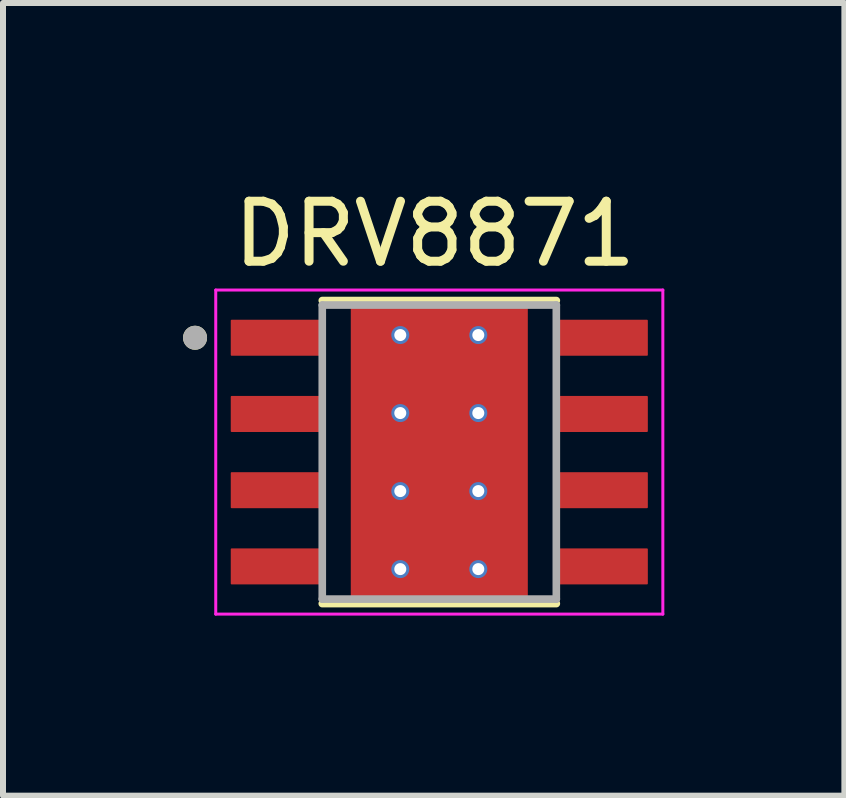
<source format=kicad_pcb>
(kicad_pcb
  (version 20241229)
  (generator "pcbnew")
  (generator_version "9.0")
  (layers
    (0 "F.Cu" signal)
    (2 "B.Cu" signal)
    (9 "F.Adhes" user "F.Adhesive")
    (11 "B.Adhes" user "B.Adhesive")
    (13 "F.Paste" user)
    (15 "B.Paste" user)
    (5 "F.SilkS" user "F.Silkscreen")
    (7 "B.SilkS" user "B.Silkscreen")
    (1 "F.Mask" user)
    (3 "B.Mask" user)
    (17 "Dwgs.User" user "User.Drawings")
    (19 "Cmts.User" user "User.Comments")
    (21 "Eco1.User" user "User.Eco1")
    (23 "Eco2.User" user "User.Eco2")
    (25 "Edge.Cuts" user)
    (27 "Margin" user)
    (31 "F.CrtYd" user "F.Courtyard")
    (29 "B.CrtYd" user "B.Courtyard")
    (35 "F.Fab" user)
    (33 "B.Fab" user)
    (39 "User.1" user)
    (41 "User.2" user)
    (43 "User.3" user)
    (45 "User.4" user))
  (footprint "DRV8871"
    (layer "F.Cu")
    (at 4.27 4.483)
    (property "Reference" "DRV8871" (at -0.075 -3.635 0) (layer "F.SilkS") (effects (font (size 1 1) (thickness 0.15))))
    (attr smd)
    (fp_poly (pts (xy -1.355 -1.7) (xy 1.355 -1.7) (xy 1.355 1.7) (xy -1.355 1.7)) (stroke (width 0.01) (type solid)) (fill yes) (layer "F.Mask"))
    (fp_poly (pts (xy -1.905 -1.535) (xy -3.495 -1.535) (xy -3.498 -1.535) (xy -3.5 -1.535) (xy -3.503 -1.536) (xy -3.505 -1.536) (xy -3.508 -1.537) (xy -3.51 -1.537) (xy -3.513 -1.538) (xy -3.515 -1.539) (xy -3.518 -1.54) (xy -3.52 -1.542) (xy -3.522 -1.543) (xy -3.524 -1.545) (xy -3.526 -1.546) (xy -3.528 -1.548) (xy -3.53 -1.55) (xy -3.532 -1.552) (xy -3.534 -1.554) (xy -3.535 -1.556) (xy -3.537 -1.558) (xy -3.538 -1.56) (xy -3.54 -1.562) (xy -3.541 -1.565) (xy -3.542 -1.567) (xy -3.543 -1.57) (xy -3.543 -1.572) (xy -3.544 -1.575) (xy -3.544 -1.577) (xy -3.545 -1.58) (xy -3.545 -1.582) (xy -3.545 -1.585) (xy -3.545 -2.225) (xy -3.545 -2.228) (xy -3.545 -2.23) (xy -3.544 -2.233) (xy -3.544 -2.235) (xy -3.543 -2.238) (xy -3.543 -2.24) (xy -3.542 -2.243) (xy -3.541 -2.245) (xy -3.54 -2.248) (xy -3.538 -2.25) (xy -3.537 -2.252) (xy -3.535 -2.254) (xy -3.534 -2.256) (xy -3.532 -2.258) (xy -3.53 -2.26) (xy -3.528 -2.262) (xy -3.526 -2.264) (xy -3.524 -2.265) (xy -3.522 -2.267) (xy -3.52 -2.268) (xy -3.518 -2.27) (xy -3.515 -2.271) (xy -3.513 -2.272) (xy -3.51 -2.273) (xy -3.508 -2.273) (xy -3.505 -2.274) (xy -3.503 -2.274) (xy -3.5 -2.275) (xy -3.498 -2.275) (xy -3.495 -2.275) (xy -1.905 -2.275) (xy -1.902 -2.275) (xy -1.9 -2.275) (xy -1.897 -2.274) (xy -1.895 -2.274) (xy -1.892 -2.273) (xy -1.89 -2.273) (xy -1.887 -2.272) (xy -1.885 -2.271) (xy -1.882 -2.27) (xy -1.88 -2.268) (xy -1.878 -2.267) (xy -1.876 -2.265) (xy -1.874 -2.264) (xy -1.872 -2.262) (xy -1.87 -2.26) (xy -1.868 -2.258) (xy -1.866 -2.256) (xy -1.865 -2.254) (xy -1.863 -2.252) (xy -1.862 -2.25) (xy -1.86 -2.248) (xy -1.859 -2.245) (xy -1.858 -2.243) (xy -1.857 -2.24) (xy -1.857 -2.238) (xy -1.856 -2.235) (xy -1.856 -2.233) (xy -1.855 -2.23) (xy -1.855 -2.228) (xy -1.855 -2.225) (xy -1.855 -1.585) (xy -1.855 -1.582) (xy -1.855 -1.58) (xy -1.856 -1.577) (xy -1.856 -1.575) (xy -1.857 -1.572) (xy -1.857 -1.57) (xy -1.858 -1.567) (xy -1.859 -1.565) (xy -1.86 -1.562) (xy -1.862 -1.56) (xy -1.863 -1.558) (xy -1.865 -1.556) (xy -1.866 -1.554) (xy -1.868 -1.552) (xy -1.87 -1.55) (xy -1.872 -1.548) (xy -1.874 -1.546) (xy -1.876 -1.545) (xy -1.878 -1.543) (xy -1.88 -1.542) (xy -1.882 -1.54) (xy -1.885 -1.539) (xy -1.887 -1.538) (xy -1.89 -1.537) (xy -1.892 -1.537) (xy -1.895 -1.536) (xy -1.897 -1.536) (xy -1.9 -1.535) (xy -1.902 -1.535) (xy -1.905 -1.535)) (stroke (width 0.01) (type solid)) (fill yes) (layer "F.Mask"))
    (fp_poly (pts (xy -1.905 -0.265) (xy -3.495 -0.265) (xy -3.498 -0.265) (xy -3.5 -0.265) (xy -3.503 -0.266) (xy -3.505 -0.266) (xy -3.508 -0.267) (xy -3.51 -0.267) (xy -3.513 -0.268) (xy -3.515 -0.269) (xy -3.518 -0.27) (xy -3.52 -0.272) (xy -3.522 -0.273) (xy -3.524 -0.275) (xy -3.526 -0.276) (xy -3.528 -0.278) (xy -3.53 -0.28) (xy -3.532 -0.282) (xy -3.534 -0.284) (xy -3.535 -0.286) (xy -3.537 -0.288) (xy -3.538 -0.29) (xy -3.54 -0.292) (xy -3.541 -0.295) (xy -3.542 -0.297) (xy -3.543 -0.3) (xy -3.543 -0.302) (xy -3.544 -0.305) (xy -3.544 -0.307) (xy -3.545 -0.31) (xy -3.545 -0.312) (xy -3.545 -0.315) (xy -3.545 -0.955) (xy -3.545 -0.958) (xy -3.545 -0.96) (xy -3.544 -0.963) (xy -3.544 -0.965) (xy -3.543 -0.968) (xy -3.543 -0.97) (xy -3.542 -0.973) (xy -3.541 -0.975) (xy -3.54 -0.978) (xy -3.538 -0.98) (xy -3.537 -0.982) (xy -3.535 -0.984) (xy -3.534 -0.986) (xy -3.532 -0.988) (xy -3.53 -0.99) (xy -3.528 -0.992) (xy -3.526 -0.994) (xy -3.524 -0.995) (xy -3.522 -0.997) (xy -3.52 -0.998) (xy -3.518 -1) (xy -3.515 -1.001) (xy -3.513 -1.002) (xy -3.51 -1.003) (xy -3.508 -1.003) (xy -3.505 -1.004) (xy -3.503 -1.004) (xy -3.5 -1.005) (xy -3.498 -1.005) (xy -3.495 -1.005) (xy -1.905 -1.005) (xy -1.902 -1.005) (xy -1.9 -1.005) (xy -1.897 -1.004) (xy -1.895 -1.004) (xy -1.892 -1.003) (xy -1.89 -1.003) (xy -1.887 -1.002) (xy -1.885 -1.001) (xy -1.882 -1) (xy -1.88 -0.998) (xy -1.878 -0.997) (xy -1.876 -0.995) (xy -1.874 -0.994) (xy -1.872 -0.992) (xy -1.87 -0.99) (xy -1.868 -0.988) (xy -1.866 -0.986) (xy -1.865 -0.984) (xy -1.863 -0.982) (xy -1.862 -0.98) (xy -1.86 -0.978) (xy -1.859 -0.975) (xy -1.858 -0.973) (xy -1.857 -0.97) (xy -1.857 -0.968) (xy -1.856 -0.965) (xy -1.856 -0.963) (xy -1.855 -0.96) (xy -1.855 -0.958) (xy -1.855 -0.955) (xy -1.855 -0.315) (xy -1.855 -0.312) (xy -1.855 -0.31) (xy -1.856 -0.307) (xy -1.856 -0.305) (xy -1.857 -0.302) (xy -1.857 -0.3) (xy -1.858 -0.297) (xy -1.859 -0.295) (xy -1.86 -0.292) (xy -1.862 -0.29) (xy -1.863 -0.288) (xy -1.865 -0.286) (xy -1.866 -0.284) (xy -1.868 -0.282) (xy -1.87 -0.28) (xy -1.872 -0.278) (xy -1.874 -0.276) (xy -1.876 -0.275) (xy -1.878 -0.273) (xy -1.88 -0.272) (xy -1.882 -0.27) (xy -1.885 -0.269) (xy -1.887 -0.268) (xy -1.89 -0.267) (xy -1.892 -0.267) (xy -1.895 -0.266) (xy -1.897 -0.266) (xy -1.9 -0.265) (xy -1.902 -0.265) (xy -1.905 -0.265)) (stroke (width 0.01) (type solid)) (fill yes) (layer "F.Mask"))
    (fp_poly (pts (xy -1.905 1.005) (xy -3.495 1.005) (xy -3.498 1.005) (xy -3.5 1.005) (xy -3.503 1.004) (xy -3.505 1.004) (xy -3.508 1.003) (xy -3.51 1.003) (xy -3.513 1.002) (xy -3.515 1.001) (xy -3.518 1) (xy -3.52 0.998) (xy -3.522 0.997) (xy -3.524 0.995) (xy -3.526 0.994) (xy -3.528 0.992) (xy -3.53 0.99) (xy -3.532 0.988) (xy -3.534 0.986) (xy -3.535 0.984) (xy -3.537 0.982) (xy -3.538 0.98) (xy -3.54 0.978) (xy -3.541 0.975) (xy -3.542 0.973) (xy -3.543 0.97) (xy -3.543 0.968) (xy -3.544 0.965) (xy -3.544 0.963) (xy -3.545 0.96) (xy -3.545 0.958) (xy -3.545 0.955) (xy -3.545 0.315) (xy -3.545 0.312) (xy -3.545 0.31) (xy -3.544 0.307) (xy -3.544 0.305) (xy -3.543 0.302) (xy -3.543 0.3) (xy -3.542 0.297) (xy -3.541 0.295) (xy -3.54 0.292) (xy -3.538 0.29) (xy -3.537 0.288) (xy -3.535 0.286) (xy -3.534 0.284) (xy -3.532 0.282) (xy -3.53 0.28) (xy -3.528 0.278) (xy -3.526 0.276) (xy -3.524 0.275) (xy -3.522 0.273) (xy -3.52 0.272) (xy -3.518 0.27) (xy -3.515 0.269) (xy -3.513 0.268) (xy -3.51 0.267) (xy -3.508 0.267) (xy -3.505 0.266) (xy -3.503 0.266) (xy -3.5 0.265) (xy -3.498 0.265) (xy -3.495 0.265) (xy -1.905 0.265) (xy -1.902 0.265) (xy -1.9 0.265) (xy -1.897 0.266) (xy -1.895 0.266) (xy -1.892 0.267) (xy -1.89 0.267) (xy -1.887 0.268) (xy -1.885 0.269) (xy -1.882 0.27) (xy -1.88 0.272) (xy -1.878 0.273) (xy -1.876 0.275) (xy -1.874 0.276) (xy -1.872 0.278) (xy -1.87 0.28) (xy -1.868 0.282) (xy -1.866 0.284) (xy -1.865 0.286) (xy -1.863 0.288) (xy -1.862 0.29) (xy -1.86 0.292) (xy -1.859 0.295) (xy -1.858 0.297) (xy -1.857 0.3) (xy -1.857 0.302) (xy -1.856 0.305) (xy -1.856 0.307) (xy -1.855 0.31) (xy -1.855 0.312) (xy -1.855 0.315) (xy -1.855 0.955) (xy -1.855 0.958) (xy -1.855 0.96) (xy -1.856 0.963) (xy -1.856 0.965) (xy -1.857 0.968) (xy -1.857 0.97) (xy -1.858 0.973) (xy -1.859 0.975) (xy -1.86 0.978) (xy -1.862 0.98) (xy -1.863 0.982) (xy -1.865 0.984) (xy -1.866 0.986) (xy -1.868 0.988) (xy -1.87 0.99) (xy -1.872 0.992) (xy -1.874 0.994) (xy -1.876 0.995) (xy -1.878 0.997) (xy -1.88 0.998) (xy -1.882 1) (xy -1.885 1.001) (xy -1.887 1.002) (xy -1.89 1.003) (xy -1.892 1.003) (xy -1.895 1.004) (xy -1.897 1.004) (xy -1.9 1.005) (xy -1.902 1.005) (xy -1.905 1.005)) (stroke (width 0.01) (type solid)) (fill yes) (layer "F.Mask"))
    (fp_poly (pts (xy -1.905 2.275) (xy -3.495 2.275) (xy -3.498 2.275) (xy -3.5 2.275) (xy -3.503 2.274) (xy -3.505 2.274) (xy -3.508 2.273) (xy -3.51 2.273) (xy -3.513 2.272) (xy -3.515 2.271) (xy -3.518 2.27) (xy -3.52 2.268) (xy -3.522 2.267) (xy -3.524 2.265) (xy -3.526 2.264) (xy -3.528 2.262) (xy -3.53 2.26) (xy -3.532 2.258) (xy -3.534 2.256) (xy -3.535 2.254) (xy -3.537 2.252) (xy -3.538 2.25) (xy -3.54 2.248) (xy -3.541 2.245) (xy -3.542 2.243) (xy -3.543 2.24) (xy -3.543 2.238) (xy -3.544 2.235) (xy -3.544 2.233) (xy -3.545 2.23) (xy -3.545 2.228) (xy -3.545 2.225) (xy -3.545 1.585) (xy -3.545 1.582) (xy -3.545 1.58) (xy -3.544 1.577) (xy -3.544 1.575) (xy -3.543 1.572) (xy -3.543 1.57) (xy -3.542 1.567) (xy -3.541 1.565) (xy -3.54 1.562) (xy -3.538 1.56) (xy -3.537 1.558) (xy -3.535 1.556) (xy -3.534 1.554) (xy -3.532 1.552) (xy -3.53 1.55) (xy -3.528 1.548) (xy -3.526 1.546) (xy -3.524 1.545) (xy -3.522 1.543) (xy -3.52 1.542) (xy -3.518 1.54) (xy -3.515 1.539) (xy -3.513 1.538) (xy -3.51 1.537) (xy -3.508 1.537) (xy -3.505 1.536) (xy -3.503 1.536) (xy -3.5 1.535) (xy -3.498 1.535) (xy -3.495 1.535) (xy -1.905 1.535) (xy -1.902 1.535) (xy -1.9 1.535) (xy -1.897 1.536) (xy -1.895 1.536) (xy -1.892 1.537) (xy -1.89 1.537) (xy -1.887 1.538) (xy -1.885 1.539) (xy -1.882 1.54) (xy -1.88 1.542) (xy -1.878 1.543) (xy -1.876 1.545) (xy -1.874 1.546) (xy -1.872 1.548) (xy -1.87 1.55) (xy -1.868 1.552) (xy -1.866 1.554) (xy -1.865 1.556) (xy -1.863 1.558) (xy -1.862 1.56) (xy -1.86 1.562) (xy -1.859 1.565) (xy -1.858 1.567) (xy -1.857 1.57) (xy -1.857 1.572) (xy -1.856 1.575) (xy -1.856 1.577) (xy -1.855 1.58) (xy -1.855 1.582) (xy -1.855 1.585) (xy -1.855 2.225) (xy -1.855 2.228) (xy -1.855 2.23) (xy -1.856 2.233) (xy -1.856 2.235) (xy -1.857 2.238) (xy -1.857 2.24) (xy -1.858 2.243) (xy -1.859 2.245) (xy -1.86 2.248) (xy -1.862 2.25) (xy -1.863 2.252) (xy -1.865 2.254) (xy -1.866 2.256) (xy -1.868 2.258) (xy -1.87 2.26) (xy -1.872 2.262) (xy -1.874 2.264) (xy -1.876 2.265) (xy -1.878 2.267) (xy -1.88 2.268) (xy -1.882 2.27) (xy -1.885 2.271) (xy -1.887 2.272) (xy -1.89 2.273) (xy -1.892 2.273) (xy -1.895 2.274) (xy -1.897 2.274) (xy -1.9 2.275) (xy -1.902 2.275) (xy -1.905 2.275)) (stroke (width 0.01) (type solid)) (fill yes) (layer "F.Mask"))
    (fp_poly (pts (xy 3.495 -1.535) (xy 1.905 -1.535) (xy 1.902 -1.535) (xy 1.9 -1.535) (xy 1.897 -1.536) (xy 1.895 -1.536) (xy 1.892 -1.537) (xy 1.89 -1.537) (xy 1.887 -1.538) (xy 1.885 -1.539) (xy 1.882 -1.54) (xy 1.88 -1.542) (xy 1.878 -1.543) (xy 1.876 -1.545) (xy 1.874 -1.546) (xy 1.872 -1.548) (xy 1.87 -1.55) (xy 1.868 -1.552) (xy 1.866 -1.554) (xy 1.865 -1.556) (xy 1.863 -1.558) (xy 1.862 -1.56) (xy 1.86 -1.562) (xy 1.859 -1.565) (xy 1.858 -1.567) (xy 1.857 -1.57) (xy 1.857 -1.572) (xy 1.856 -1.575) (xy 1.856 -1.577) (xy 1.855 -1.58) (xy 1.855 -1.582) (xy 1.855 -1.585) (xy 1.855 -2.225) (xy 1.855 -2.228) (xy 1.855 -2.23) (xy 1.856 -2.233) (xy 1.856 -2.235) (xy 1.857 -2.238) (xy 1.857 -2.24) (xy 1.858 -2.243) (xy 1.859 -2.245) (xy 1.86 -2.248) (xy 1.862 -2.25) (xy 1.863 -2.252) (xy 1.865 -2.254) (xy 1.866 -2.256) (xy 1.868 -2.258) (xy 1.87 -2.26) (xy 1.872 -2.262) (xy 1.874 -2.264) (xy 1.876 -2.265) (xy 1.878 -2.267) (xy 1.88 -2.268) (xy 1.882 -2.27) (xy 1.885 -2.271) (xy 1.887 -2.272) (xy 1.89 -2.273) (xy 1.892 -2.273) (xy 1.895 -2.274) (xy 1.897 -2.274) (xy 1.9 -2.275) (xy 1.902 -2.275) (xy 1.905 -2.275) (xy 3.495 -2.275) (xy 3.498 -2.275) (xy 3.5 -2.275) (xy 3.503 -2.274) (xy 3.505 -2.274) (xy 3.508 -2.273) (xy 3.51 -2.273) (xy 3.513 -2.272) (xy 3.515 -2.271) (xy 3.518 -2.27) (xy 3.52 -2.268) (xy 3.522 -2.267) (xy 3.524 -2.265) (xy 3.526 -2.264) (xy 3.528 -2.262) (xy 3.53 -2.26) (xy 3.532 -2.258) (xy 3.534 -2.256) (xy 3.535 -2.254) (xy 3.537 -2.252) (xy 3.538 -2.25) (xy 3.54 -2.248) (xy 3.541 -2.245) (xy 3.542 -2.243) (xy 3.543 -2.24) (xy 3.543 -2.238) (xy 3.544 -2.235) (xy 3.544 -2.233) (xy 3.545 -2.23) (xy 3.545 -2.228) (xy 3.545 -2.225) (xy 3.545 -1.585) (xy 3.545 -1.582) (xy 3.545 -1.58) (xy 3.544 -1.577) (xy 3.544 -1.575) (xy 3.543 -1.572) (xy 3.543 -1.57) (xy 3.542 -1.567) (xy 3.541 -1.565) (xy 3.54 -1.562) (xy 3.538 -1.56) (xy 3.537 -1.558) (xy 3.535 -1.556) (xy 3.534 -1.554) (xy 3.532 -1.552) (xy 3.53 -1.55) (xy 3.528 -1.548) (xy 3.526 -1.546) (xy 3.524 -1.545) (xy 3.522 -1.543) (xy 3.52 -1.542) (xy 3.518 -1.54) (xy 3.515 -1.539) (xy 3.513 -1.538) (xy 3.51 -1.537) (xy 3.508 -1.537) (xy 3.505 -1.536) (xy 3.503 -1.536) (xy 3.5 -1.535) (xy 3.498 -1.535) (xy 3.495 -1.535)) (stroke (width 0.01) (type solid)) (fill yes) (layer "F.Mask"))
    (fp_poly (pts (xy 3.495 -0.265) (xy 1.905 -0.265) (xy 1.902 -0.265) (xy 1.9 -0.265) (xy 1.897 -0.266) (xy 1.895 -0.266) (xy 1.892 -0.267) (xy 1.89 -0.267) (xy 1.887 -0.268) (xy 1.885 -0.269) (xy 1.882 -0.27) (xy 1.88 -0.272) (xy 1.878 -0.273) (xy 1.876 -0.275) (xy 1.874 -0.276) (xy 1.872 -0.278) (xy 1.87 -0.28) (xy 1.868 -0.282) (xy 1.866 -0.284) (xy 1.865 -0.286) (xy 1.863 -0.288) (xy 1.862 -0.29) (xy 1.86 -0.292) (xy 1.859 -0.295) (xy 1.858 -0.297) (xy 1.857 -0.3) (xy 1.857 -0.302) (xy 1.856 -0.305) (xy 1.856 -0.307) (xy 1.855 -0.31) (xy 1.855 -0.312) (xy 1.855 -0.315) (xy 1.855 -0.955) (xy 1.855 -0.958) (xy 1.855 -0.96) (xy 1.856 -0.963) (xy 1.856 -0.965) (xy 1.857 -0.968) (xy 1.857 -0.97) (xy 1.858 -0.973) (xy 1.859 -0.975) (xy 1.86 -0.978) (xy 1.862 -0.98) (xy 1.863 -0.982) (xy 1.865 -0.984) (xy 1.866 -0.986) (xy 1.868 -0.988) (xy 1.87 -0.99) (xy 1.872 -0.992) (xy 1.874 -0.994) (xy 1.876 -0.995) (xy 1.878 -0.997) (xy 1.88 -0.998) (xy 1.882 -1) (xy 1.885 -1.001) (xy 1.887 -1.002) (xy 1.89 -1.003) (xy 1.892 -1.003) (xy 1.895 -1.004) (xy 1.897 -1.004) (xy 1.9 -1.005) (xy 1.902 -1.005) (xy 1.905 -1.005) (xy 3.495 -1.005) (xy 3.498 -1.005) (xy 3.5 -1.005) (xy 3.503 -1.004) (xy 3.505 -1.004) (xy 3.508 -1.003) (xy 3.51 -1.003) (xy 3.513 -1.002) (xy 3.515 -1.001) (xy 3.518 -1) (xy 3.52 -0.998) (xy 3.522 -0.997) (xy 3.524 -0.995) (xy 3.526 -0.994) (xy 3.528 -0.992) (xy 3.53 -0.99) (xy 3.532 -0.988) (xy 3.534 -0.986) (xy 3.535 -0.984) (xy 3.537 -0.982) (xy 3.538 -0.98) (xy 3.54 -0.978) (xy 3.541 -0.975) (xy 3.542 -0.973) (xy 3.543 -0.97) (xy 3.543 -0.968) (xy 3.544 -0.965) (xy 3.544 -0.963) (xy 3.545 -0.96) (xy 3.545 -0.958) (xy 3.545 -0.955) (xy 3.545 -0.315) (xy 3.545 -0.312) (xy 3.545 -0.31) (xy 3.544 -0.307) (xy 3.544 -0.305) (xy 3.543 -0.302) (xy 3.543 -0.3) (xy 3.542 -0.297) (xy 3.541 -0.295) (xy 3.54 -0.292) (xy 3.538 -0.29) (xy 3.537 -0.288) (xy 3.535 -0.286) (xy 3.534 -0.284) (xy 3.532 -0.282) (xy 3.53 -0.28) (xy 3.528 -0.278) (xy 3.526 -0.276) (xy 3.524 -0.275) (xy 3.522 -0.273) (xy 3.52 -0.272) (xy 3.518 -0.27) (xy 3.515 -0.269) (xy 3.513 -0.268) (xy 3.51 -0.267) (xy 3.508 -0.267) (xy 3.505 -0.266) (xy 3.503 -0.266) (xy 3.5 -0.265) (xy 3.498 -0.265) (xy 3.495 -0.265)) (stroke (width 0.01) (type solid)) (fill yes) (layer "F.Mask"))
    (fp_poly (pts (xy 3.495 1.005) (xy 1.905 1.005) (xy 1.902 1.005) (xy 1.9 1.005) (xy 1.897 1.004) (xy 1.895 1.004) (xy 1.892 1.003) (xy 1.89 1.003) (xy 1.887 1.002) (xy 1.885 1.001) (xy 1.882 1) (xy 1.88 0.998) (xy 1.878 0.997) (xy 1.876 0.995) (xy 1.874 0.994) (xy 1.872 0.992) (xy 1.87 0.99) (xy 1.868 0.988) (xy 1.866 0.986) (xy 1.865 0.984) (xy 1.863 0.982) (xy 1.862 0.98) (xy 1.86 0.978) (xy 1.859 0.975) (xy 1.858 0.973) (xy 1.857 0.97) (xy 1.857 0.968) (xy 1.856 0.965) (xy 1.856 0.963) (xy 1.855 0.96) (xy 1.855 0.958) (xy 1.855 0.955) (xy 1.855 0.315) (xy 1.855 0.312) (xy 1.855 0.31) (xy 1.856 0.307) (xy 1.856 0.305) (xy 1.857 0.302) (xy 1.857 0.3) (xy 1.858 0.297) (xy 1.859 0.295) (xy 1.86 0.292) (xy 1.862 0.29) (xy 1.863 0.288) (xy 1.865 0.286) (xy 1.866 0.284) (xy 1.868 0.282) (xy 1.87 0.28) (xy 1.872 0.278) (xy 1.874 0.276) (xy 1.876 0.275) (xy 1.878 0.273) (xy 1.88 0.272) (xy 1.882 0.27) (xy 1.885 0.269) (xy 1.887 0.268) (xy 1.89 0.267) (xy 1.892 0.267) (xy 1.895 0.266) (xy 1.897 0.266) (xy 1.9 0.265) (xy 1.902 0.265) (xy 1.905 0.265) (xy 3.495 0.265) (xy 3.498 0.265) (xy 3.5 0.265) (xy 3.503 0.266) (xy 3.505 0.266) (xy 3.508 0.267) (xy 3.51 0.267) (xy 3.513 0.268) (xy 3.515 0.269) (xy 3.518 0.27) (xy 3.52 0.272) (xy 3.522 0.273) (xy 3.524 0.275) (xy 3.526 0.276) (xy 3.528 0.278) (xy 3.53 0.28) (xy 3.532 0.282) (xy 3.534 0.284) (xy 3.535 0.286) (xy 3.537 0.288) (xy 3.538 0.29) (xy 3.54 0.292) (xy 3.541 0.295) (xy 3.542 0.297) (xy 3.543 0.3) (xy 3.543 0.302) (xy 3.544 0.305) (xy 3.544 0.307) (xy 3.545 0.31) (xy 3.545 0.312) (xy 3.545 0.315) (xy 3.545 0.955) (xy 3.545 0.958) (xy 3.545 0.96) (xy 3.544 0.963) (xy 3.544 0.965) (xy 3.543 0.968) (xy 3.543 0.97) (xy 3.542 0.973) (xy 3.541 0.975) (xy 3.54 0.978) (xy 3.538 0.98) (xy 3.537 0.982) (xy 3.535 0.984) (xy 3.534 0.986) (xy 3.532 0.988) (xy 3.53 0.99) (xy 3.528 0.992) (xy 3.526 0.994) (xy 3.524 0.995) (xy 3.522 0.997) (xy 3.52 0.998) (xy 3.518 1) (xy 3.515 1.001) (xy 3.513 1.002) (xy 3.51 1.003) (xy 3.508 1.003) (xy 3.505 1.004) (xy 3.503 1.004) (xy 3.5 1.005) (xy 3.498 1.005) (xy 3.495 1.005)) (stroke (width 0.01) (type solid)) (fill yes) (layer "F.Mask"))
    (fp_poly (pts (xy 3.495 2.275) (xy 1.905 2.275) (xy 1.902 2.275) (xy 1.9 2.275) (xy 1.897 2.274) (xy 1.895 2.274) (xy 1.892 2.273) (xy 1.89 2.273) (xy 1.887 2.272) (xy 1.885 2.271) (xy 1.882 2.27) (xy 1.88 2.268) (xy 1.878 2.267) (xy 1.876 2.265) (xy 1.874 2.264) (xy 1.872 2.262) (xy 1.87 2.26) (xy 1.868 2.258) (xy 1.866 2.256) (xy 1.865 2.254) (xy 1.863 2.252) (xy 1.862 2.25) (xy 1.86 2.248) (xy 1.859 2.245) (xy 1.858 2.243) (xy 1.857 2.24) (xy 1.857 2.238) (xy 1.856 2.235) (xy 1.856 2.233) (xy 1.855 2.23) (xy 1.855 2.228) (xy 1.855 2.225) (xy 1.855 1.585) (xy 1.855 1.582) (xy 1.855 1.58) (xy 1.856 1.577) (xy 1.856 1.575) (xy 1.857 1.572) (xy 1.857 1.57) (xy 1.858 1.567) (xy 1.859 1.565) (xy 1.86 1.562) (xy 1.862 1.56) (xy 1.863 1.558) (xy 1.865 1.556) (xy 1.866 1.554) (xy 1.868 1.552) (xy 1.87 1.55) (xy 1.872 1.548) (xy 1.874 1.546) (xy 1.876 1.545) (xy 1.878 1.543) (xy 1.88 1.542) (xy 1.882 1.54) (xy 1.885 1.539) (xy 1.887 1.538) (xy 1.89 1.537) (xy 1.892 1.537) (xy 1.895 1.536) (xy 1.897 1.536) (xy 1.9 1.535) (xy 1.902 1.535) (xy 1.905 1.535) (xy 3.495 1.535) (xy 3.498 1.535) (xy 3.5 1.535) (xy 3.503 1.536) (xy 3.505 1.536) (xy 3.508 1.537) (xy 3.51 1.537) (xy 3.513 1.538) (xy 3.515 1.539) (xy 3.518 1.54) (xy 3.52 1.542) (xy 3.522 1.543) (xy 3.524 1.545) (xy 3.526 1.546) (xy 3.528 1.548) (xy 3.53 1.55) (xy 3.532 1.552) (xy 3.534 1.554) (xy 3.535 1.556) (xy 3.537 1.558) (xy 3.538 1.56) (xy 3.54 1.562) (xy 3.541 1.565) (xy 3.542 1.567) (xy 3.543 1.57) (xy 3.543 1.572) (xy 3.544 1.575) (xy 3.544 1.577) (xy 3.545 1.58) (xy 3.545 1.582) (xy 3.545 1.585) (xy 3.545 2.225) (xy 3.545 2.228) (xy 3.545 2.23) (xy 3.544 2.233) (xy 3.544 2.235) (xy 3.543 2.238) (xy 3.543 2.24) (xy 3.542 2.243) (xy 3.541 2.245) (xy 3.54 2.248) (xy 3.538 2.25) (xy 3.537 2.252) (xy 3.535 2.254) (xy 3.534 2.256) (xy 3.532 2.258) (xy 3.53 2.26) (xy 3.528 2.262) (xy 3.526 2.264) (xy 3.524 2.265) (xy 3.522 2.267) (xy 3.52 2.268) (xy 3.518 2.27) (xy 3.515 2.271) (xy 3.513 2.272) (xy 3.51 2.273) (xy 3.508 2.273) (xy 3.505 2.274) (xy 3.503 2.274) (xy 3.5 2.275) (xy 3.498 2.275) (xy 3.495 2.275)) (stroke (width 0.01) (type solid)) (fill yes) (layer "F.Mask"))
    (fp_line (start -1.95 -2.525) (end 1.95 -2.525) (stroke (width 0.127) (type solid)) (layer "F.SilkS"))
    (fp_line (start -1.95 2.525) (end 1.95 2.525) (stroke (width 0.127) (type solid)) (layer "F.SilkS"))
    (fp_circle (center -4.07 -1.905) (end -3.97 -1.905) (stroke (width 0.2) (type solid)) (fill no) (layer "F.SilkS"))
    (fp_poly (pts (xy -1.355 -1.7) (xy 1.355 -1.7) (xy 1.355 1.7) (xy -1.355 1.7)) (stroke (width 0.01) (type solid)) (fill yes) (layer "F.Paste"))
    (fp_line (start -3.725 -2.7) (end -3.725 2.7) (stroke (width 0.05) (type solid)) (layer "F.CrtYd"))
    (fp_line (start -3.725 -2.7) (end 3.725 -2.7) (stroke (width 0.05) (type solid)) (layer "F.CrtYd"))
    (fp_line (start -3.725 2.7) (end 3.725 2.7) (stroke (width 0.05) (type solid)) (layer "F.CrtYd"))
    (fp_line (start 3.725 -2.7) (end 3.725 2.7) (stroke (width 0.05) (type solid)) (layer "F.CrtYd"))
    (fp_line (start -1.95 -2.45) (end -1.95 2.45) (stroke (width 0.127) (type solid)) (layer "F.Fab"))
    (fp_line (start -1.95 -2.45) (end 1.95 -2.45) (stroke (width 0.127) (type solid)) (layer "F.Fab"))
    (fp_line (start -1.95 2.45) (end 1.95 2.45) (stroke (width 0.127) (type solid)) (layer "F.Fab"))
    (fp_line (start 1.95 -2.45) (end 1.95 2.45) (stroke (width 0.127) (type solid)) (layer "F.Fab"))
    (fp_circle (center -4.07 -1.905) (end -3.97 -1.905) (stroke (width 0.2) (type solid)) (fill no) (layer "F.Fab"))
    (pad "1" smd roundrect (at -2.7 -1.905) (size 1.55 0.6) (layers "F.Cu" "F.Paste") (roundrect_rratio 0.025))
    (pad "2" smd roundrect (at -2.7 -0.635) (size 1.55 0.6) (layers "F.Cu" "F.Paste") (roundrect_rratio 0.025))
    (pad "3" smd roundrect (at -2.7 0.635) (size 1.55 0.6) (layers "F.Cu" "F.Paste") (roundrect_rratio 0.025))
    (pad "4" smd roundrect (at -2.7 1.905) (size 1.55 0.6) (layers "F.Cu" "F.Paste") (roundrect_rratio 0.025))
    (pad "5" smd roundrect (at 2.7 1.905) (size 1.55 0.6) (layers "F.Cu" "F.Paste") (roundrect_rratio 0.025))
    (pad "6" smd roundrect (at 2.7 0.635) (size 1.55 0.6) (layers "F.Cu" "F.Paste") (roundrect_rratio 0.025))
    (pad "7" smd roundrect (at 2.7 -0.635) (size 1.55 0.6) (layers "F.Cu" "F.Paste") (roundrect_rratio 0.025))
    (pad "8" smd roundrect (at 2.7 -1.905) (size 1.55 0.6) (layers "F.Cu" "F.Paste") (roundrect_rratio 0.025))
    (pad "9" smd rect (at 0 0) (size 2.95 4.9) (layers "F.Cu"))
    (pad "10" thru_hole circle (at -0.65 -1.95) (size 0.3 0.3) (drill 0.2) (layers "*.Cu" "*.Mask"))
    (pad "11" thru_hole circle (at 0.65 -1.95) (size 0.3 0.3) (drill 0.2) (layers "*.Cu" "*.Mask"))
    (pad "12" thru_hole circle (at -0.65 -0.65) (size 0.3 0.3) (drill 0.2) (layers "*.Cu" "*.Mask"))
    (pad "13" thru_hole circle (at 0.65 -0.65) (size 0.3 0.3) (drill 0.2) (layers "*.Cu" "*.Mask"))
    (pad "14" thru_hole circle (at -0.65 0.65) (size 0.3 0.3) (drill 0.2) (layers "*.Cu" "*.Mask"))
    (pad "15" thru_hole circle (at 0.65 0.65) (size 0.3 0.3) (drill 0.2) (layers "*.Cu" "*.Mask"))
    (pad "16" thru_hole circle (at -0.65 1.95) (size 0.3 0.3) (drill 0.2) (layers "*.Cu" "*.Mask"))
    (pad "17" thru_hole circle (at 0.65 1.95) (size 0.3 0.3) (drill 0.2) (layers "*.Cu" "*.Mask")))
  (gr_rect
    (start -3 -3)
    (end 11.02 10.208)
    (stroke (width 0.1) (type default))
    (fill no)
    (layer "Edge.Cuts")))
</source>
